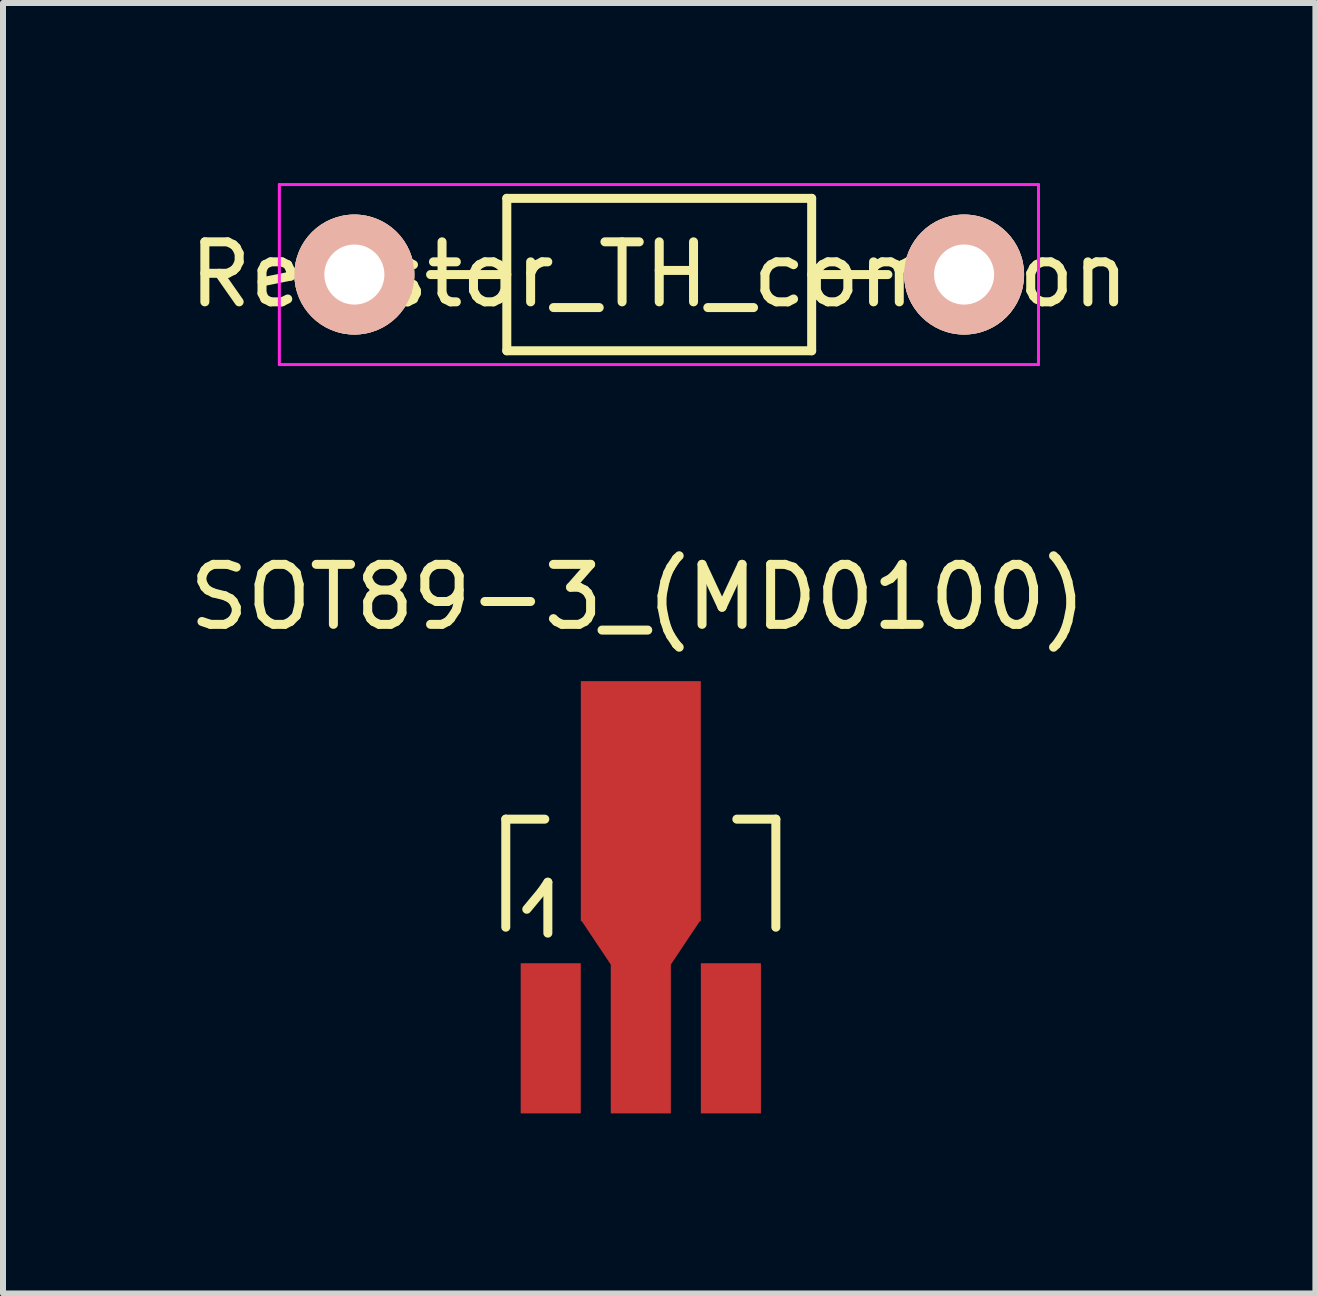
<source format=kicad_pcb>
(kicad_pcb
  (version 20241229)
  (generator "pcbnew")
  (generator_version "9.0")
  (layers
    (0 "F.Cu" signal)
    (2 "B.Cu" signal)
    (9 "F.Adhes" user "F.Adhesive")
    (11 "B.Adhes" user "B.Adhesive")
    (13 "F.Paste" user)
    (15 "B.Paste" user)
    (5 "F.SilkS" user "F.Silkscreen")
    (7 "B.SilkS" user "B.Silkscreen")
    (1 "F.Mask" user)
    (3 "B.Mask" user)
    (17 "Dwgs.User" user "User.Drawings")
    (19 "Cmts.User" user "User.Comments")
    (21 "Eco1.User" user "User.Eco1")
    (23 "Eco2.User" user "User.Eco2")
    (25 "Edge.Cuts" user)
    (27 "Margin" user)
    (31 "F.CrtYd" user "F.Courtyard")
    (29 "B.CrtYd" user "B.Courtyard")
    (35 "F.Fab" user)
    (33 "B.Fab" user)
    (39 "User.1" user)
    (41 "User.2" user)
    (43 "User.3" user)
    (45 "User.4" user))
  (footprint "SOT89-3_(MD0100)"
    (layer "F.Cu")
    (at 7.628 11.9)
    (property "Reference" "SOT89-3_(MD0100)" (at -0.051 -5.001 0) (layer "F.SilkS") (effects (font (size 1 1) (thickness 0.15))))
    (attr smd)
    (fp_line (start -2.25 -1.3) (end -2.25 0.5) (stroke (width 0.15) (type solid)) (layer "F.SilkS"))
    (fp_line (start -2.25 -1.3) (end -1.6 -1.3) (stroke (width 0.15) (type solid)) (layer "F.SilkS"))
    (fp_line (start -1.9 0.201) (end -1.651 -0.099) (stroke (width 0.15) (type solid)) (layer "F.SilkS"))
    (fp_line (start -1.651 -0.099) (end -1.549 -0.249) (stroke (width 0.15) (type solid)) (layer "F.SilkS"))
    (fp_line (start -1.549 -0.249) (end -1.549 0.599) (stroke (width 0.15) (type solid)) (layer "F.SilkS"))
    (fp_line (start 2.25 -1.3) (end 1.6 -1.3) (stroke (width 0.15) (type solid)) (layer "F.SilkS"))
    (fp_line (start 2.25 -1.3) (end 2.25 0.5) (stroke (width 0.15) (type solid)) (layer "F.SilkS"))
    (pad "1" smd rect (at -1.501 2.352) (size 1.001 2.502) (layers "F.Cu" "F.Mask" "F.Paste"))
    (pad "2" smd rect (at 0 -1.6) (size 1.999 4) (layers "F.Cu" "F.Mask" "F.Paste"))
    (pad "2" smd trapezoid (at 0 0.749 180) (size 1.501 0.749) (rect_delta 0 0.5) (layers "F.Cu" "F.Mask" "F.Paste"))
    (pad "2" smd rect (at 0 2.352) (size 1.001 2.502) (layers "F.Cu" "F.Mask" "F.Paste"))
    (pad "3" smd rect (at 1.501 2.352) (size 1.001 2.502) (layers "F.Cu" "F.Mask" "F.Paste")))
  (footprint "Resistor_TH_common"
    (layer "F.Cu")
    (at 2.855 1.525)
    (property "Reference" "Resistor_TH_common" (at 5.08 0 0) (layer "F.SilkS") (effects (font (size 1 1) (thickness 0.15))))
    (attr through_hole)
    (fp_line (start 2.54 -1.27) (end 7.62 -1.27) (stroke (width 0.15) (type solid)) (layer "F.SilkS"))
    (fp_line (start 2.54 0) (end 1.27 0) (stroke (width 0.15) (type solid)) (layer "F.SilkS"))
    (fp_line (start 2.54 1.27) (end 2.54 -1.27) (stroke (width 0.15) (type solid)) (layer "F.SilkS"))
    (fp_line (start 7.62 -1.27) (end 7.62 1.27) (stroke (width 0.15) (type solid)) (layer "F.SilkS"))
    (fp_line (start 7.62 0) (end 8.89 0) (stroke (width 0.15) (type solid)) (layer "F.SilkS"))
    (fp_line (start 7.62 1.27) (end 2.54 1.27) (stroke (width 0.15) (type solid)) (layer "F.SilkS"))
    (fp_line (start -1.25 -1.5) (end 11.4 -1.5) (stroke (width 0.05) (type solid)) (layer "F.CrtYd"))
    (fp_line (start -1.25 1.5) (end -1.25 -1.5) (stroke (width 0.05) (type solid)) (layer "F.CrtYd"))
    (fp_line (start -1.25 1.5) (end 11.4 1.5) (stroke (width 0.05) (type solid)) (layer "F.CrtYd"))
    (fp_line (start 11.4 -1.5) (end 11.4 1.5) (stroke (width 0.05) (type solid)) (layer "F.CrtYd"))
    (pad "1" thru_hole circle (at 0 0) (size 1.999 1.999) (drill 1.001) (layers "*.Cu" "*.SilkS" "*.Mask"))
    (pad "2" thru_hole circle (at 10.16 0) (size 1.999 1.999) (drill 1.001) (layers "*.Cu" "*.SilkS" "*.Mask")))
  (gr_rect
    (start -3 -3)
    (end 18.869 18.503)
    (stroke (width 0.1) (type default))
    (fill no)
    (layer "Edge.Cuts")))
</source>
